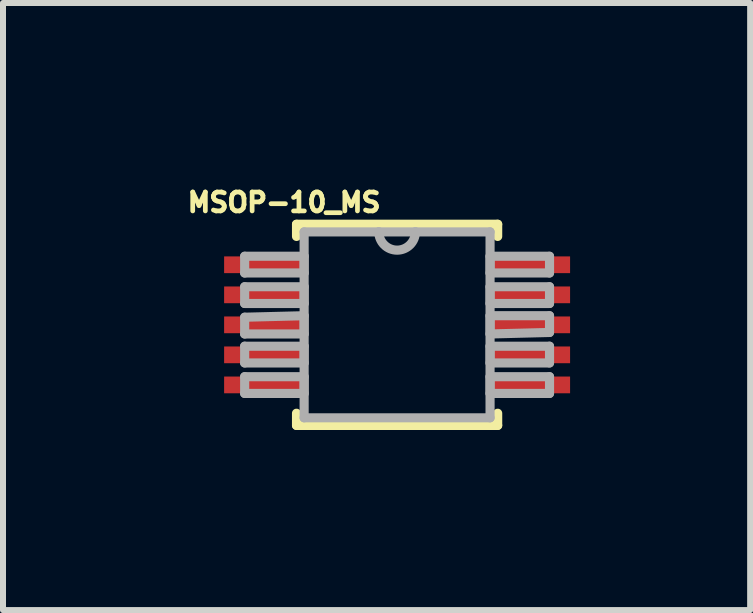
<source format=kicad_pcb>
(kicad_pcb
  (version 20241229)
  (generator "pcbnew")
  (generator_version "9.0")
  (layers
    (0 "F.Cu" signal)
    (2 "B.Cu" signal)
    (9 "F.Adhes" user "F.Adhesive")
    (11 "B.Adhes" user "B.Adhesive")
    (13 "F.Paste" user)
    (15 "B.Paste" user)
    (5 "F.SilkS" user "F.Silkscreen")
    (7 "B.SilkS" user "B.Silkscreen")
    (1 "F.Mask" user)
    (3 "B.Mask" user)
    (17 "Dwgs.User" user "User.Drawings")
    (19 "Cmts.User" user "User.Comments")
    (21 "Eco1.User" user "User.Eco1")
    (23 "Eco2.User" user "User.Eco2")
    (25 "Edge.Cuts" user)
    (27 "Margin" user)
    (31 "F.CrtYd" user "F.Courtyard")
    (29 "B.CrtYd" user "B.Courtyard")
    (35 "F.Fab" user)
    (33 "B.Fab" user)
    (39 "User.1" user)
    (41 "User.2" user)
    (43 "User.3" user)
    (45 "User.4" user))
  (footprint "MSOP-10_MS"
    (layer "F.Cu")
    (at 3.567 2.363)
    (property "Reference" "MSOP-10_MS" (at -1.883 -2.04 0) (layer "F.SilkS") (effects (font (size 0.315 0.315) (thickness 0.15))))
    (attr smd)
    (fp_line (start -1.676 -1.676) (end -1.676 -1.473) (stroke (width 0.152) (type solid)) (layer "F.SilkS"))
    (fp_line (start -1.676 1.473) (end -1.676 1.676) (stroke (width 0.152) (type solid)) (layer "F.SilkS"))
    (fp_line (start -1.676 1.676) (end 1.676 1.676) (stroke (width 0.152) (type solid)) (layer "F.SilkS"))
    (fp_line (start 1.676 -1.676) (end -1.676 -1.676) (stroke (width 0.152) (type solid)) (layer "F.SilkS"))
    (fp_line (start 1.676 -1.473) (end 1.676 -1.676) (stroke (width 0.152) (type solid)) (layer "F.SilkS"))
    (fp_line (start 1.676 1.676) (end 1.676 1.473) (stroke (width 0.152) (type solid)) (layer "F.SilkS"))
    (fp_line (start -2.54 -1.143) (end -2.54 -0.864) (stroke (width 0.152) (type solid)) (layer "F.Fab"))
    (fp_line (start -2.54 -0.864) (end -1.549 -0.864) (stroke (width 0.152) (type solid)) (layer "F.Fab"))
    (fp_line (start -2.54 -0.635) (end -2.54 -0.356) (stroke (width 0.152) (type solid)) (layer "F.Fab"))
    (fp_line (start -2.54 -0.356) (end -1.549 -0.356) (stroke (width 0.152) (type solid)) (layer "F.Fab"))
    (fp_line (start -2.54 -0.127) (end -2.54 0.152) (stroke (width 0.152) (type solid)) (layer "F.Fab"))
    (fp_line (start -2.54 0.152) (end -1.549 0.152) (stroke (width 0.152) (type solid)) (layer "F.Fab"))
    (fp_line (start -2.54 0.356) (end -2.54 0.635) (stroke (width 0.152) (type solid)) (layer "F.Fab"))
    (fp_line (start -2.54 0.635) (end -1.549 0.635) (stroke (width 0.152) (type solid)) (layer "F.Fab"))
    (fp_line (start -2.54 0.864) (end -2.54 1.143) (stroke (width 0.152) (type solid)) (layer "F.Fab"))
    (fp_line (start -2.54 1.143) (end -1.549 1.143) (stroke (width 0.152) (type solid)) (layer "F.Fab"))
    (fp_line (start -1.549 -1.549) (end -1.549 1.549) (stroke (width 0.152) (type solid)) (layer "F.Fab"))
    (fp_line (start -1.549 -1.143) (end -2.54 -1.143) (stroke (width 0.152) (type solid)) (layer "F.Fab"))
    (fp_line (start -1.549 -0.864) (end -1.549 -1.143) (stroke (width 0.152) (type solid)) (layer "F.Fab"))
    (fp_line (start -1.549 -0.635) (end -2.54 -0.635) (stroke (width 0.152) (type solid)) (layer "F.Fab"))
    (fp_line (start -1.549 -0.356) (end -1.549 -0.635) (stroke (width 0.152) (type solid)) (layer "F.Fab"))
    (fp_line (start -1.549 -0.152) (end -2.54 -0.127) (stroke (width 0.152) (type solid)) (layer "F.Fab"))
    (fp_line (start -1.549 0.152) (end -1.549 -0.152) (stroke (width 0.152) (type solid)) (layer "F.Fab"))
    (fp_line (start -1.549 0.356) (end -2.54 0.356) (stroke (width 0.152) (type solid)) (layer "F.Fab"))
    (fp_line (start -1.549 0.635) (end -1.549 0.356) (stroke (width 0.152) (type solid)) (layer "F.Fab"))
    (fp_line (start -1.549 0.864) (end -2.54 0.864) (stroke (width 0.152) (type solid)) (layer "F.Fab"))
    (fp_line (start -1.549 1.143) (end -1.549 0.864) (stroke (width 0.152) (type solid)) (layer "F.Fab"))
    (fp_line (start -1.549 1.549) (end 1.549 1.549) (stroke (width 0.152) (type solid)) (layer "F.Fab"))
    (fp_line (start -0.305 -1.549) (end -1.549 -1.549) (stroke (width 0.152) (type solid)) (layer "F.Fab"))
    (fp_line (start 0.305 -1.549) (end -0.305 -1.549) (stroke (width 0.152) (type solid)) (layer "F.Fab"))
    (fp_line (start 1.549 -1.549) (end 0.305 -1.549) (stroke (width 0.152) (type solid)) (layer "F.Fab"))
    (fp_line (start 1.549 -1.143) (end 1.549 -0.864) (stroke (width 0.152) (type solid)) (layer "F.Fab"))
    (fp_line (start 1.549 -0.864) (end 2.54 -0.864) (stroke (width 0.152) (type solid)) (layer "F.Fab"))
    (fp_line (start 1.549 -0.635) (end 1.549 -0.356) (stroke (width 0.152) (type solid)) (layer "F.Fab"))
    (fp_line (start 1.549 -0.356) (end 2.54 -0.356) (stroke (width 0.152) (type solid)) (layer "F.Fab"))
    (fp_line (start 1.549 -0.152) (end 1.549 0.152) (stroke (width 0.152) (type solid)) (layer "F.Fab"))
    (fp_line (start 1.549 0.152) (end 2.54 0.127) (stroke (width 0.152) (type solid)) (layer "F.Fab"))
    (fp_line (start 1.549 0.356) (end 1.549 0.635) (stroke (width 0.152) (type solid)) (layer "F.Fab"))
    (fp_line (start 1.549 0.635) (end 2.54 0.635) (stroke (width 0.152) (type solid)) (layer "F.Fab"))
    (fp_line (start 1.549 0.864) (end 1.549 1.143) (stroke (width 0.152) (type solid)) (layer "F.Fab"))
    (fp_line (start 1.549 1.143) (end 2.54 1.143) (stroke (width 0.152) (type solid)) (layer "F.Fab"))
    (fp_line (start 1.549 1.549) (end 1.549 -1.549) (stroke (width 0.152) (type solid)) (layer "F.Fab"))
    (fp_line (start 2.54 -1.143) (end 1.549 -1.143) (stroke (width 0.152) (type solid)) (layer "F.Fab"))
    (fp_line (start 2.54 -0.864) (end 2.54 -1.143) (stroke (width 0.152) (type solid)) (layer "F.Fab"))
    (fp_line (start 2.54 -0.635) (end 1.549 -0.635) (stroke (width 0.152) (type solid)) (layer "F.Fab"))
    (fp_line (start 2.54 -0.356) (end 2.54 -0.635) (stroke (width 0.152) (type solid)) (layer "F.Fab"))
    (fp_line (start 2.54 -0.152) (end 1.549 -0.152) (stroke (width 0.152) (type solid)) (layer "F.Fab"))
    (fp_line (start 2.54 0.127) (end 2.54 -0.152) (stroke (width 0.152) (type solid)) (layer "F.Fab"))
    (fp_line (start 2.54 0.356) (end 1.549 0.356) (stroke (width 0.152) (type solid)) (layer "F.Fab"))
    (fp_line (start 2.54 0.635) (end 2.54 0.356) (stroke (width 0.152) (type solid)) (layer "F.Fab"))
    (fp_line (start 2.54 0.864) (end 1.549 0.864) (stroke (width 0.152) (type solid)) (layer "F.Fab"))
    (fp_line (start 2.54 1.143) (end 2.54 0.864) (stroke (width 0.152) (type solid)) (layer "F.Fab"))
    (fp_arc (start 0.3048 -1.5494) (mid 0 -1.2446) (end -0.3048 -1.5494) (stroke (width 0.1524) (type solid)) (layer "F.Fab"))
    (pad "1" smd rect (at -2.184 -1.001) (size 1.397 0.279) (layers "F.Cu" "F.Mask" "F.Paste"))
    (pad "2" smd rect (at -2.184 -0.5) (size 1.397 0.279) (layers "F.Cu" "F.Mask" "F.Paste"))
    (pad "3" smd rect (at -2.184 0) (size 1.397 0.279) (layers "F.Cu" "F.Mask" "F.Paste"))
    (pad "4" smd rect (at -2.184 0.5) (size 1.397 0.279) (layers "F.Cu" "F.Mask" "F.Paste"))
    (pad "5" smd rect (at -2.184 1.001) (size 1.397 0.279) (layers "F.Cu" "F.Mask" "F.Paste"))
    (pad "6" smd rect (at 2.184 1.001) (size 1.397 0.279) (layers "F.Cu" "F.Mask" "F.Paste"))
    (pad "7" smd rect (at 2.184 0.5) (size 1.397 0.279) (layers "F.Cu" "F.Mask" "F.Paste"))
    (pad "8" smd rect (at 2.184 0) (size 1.397 0.279) (layers "F.Cu" "F.Mask" "F.Paste"))
    (pad "9" smd rect (at 2.184 -0.5) (size 1.397 0.279) (layers "F.Cu" "F.Mask" "F.Paste"))
    (pad "10" smd rect (at 2.184 -1.001) (size 1.397 0.279) (layers "F.Cu" "F.Mask" "F.Paste")))
  (gr_rect
    (start -3 -3)
    (end 9.45 7.116)
    (stroke (width 0.1) (type default))
    (fill no)
    (layer "Edge.Cuts")))
</source>
